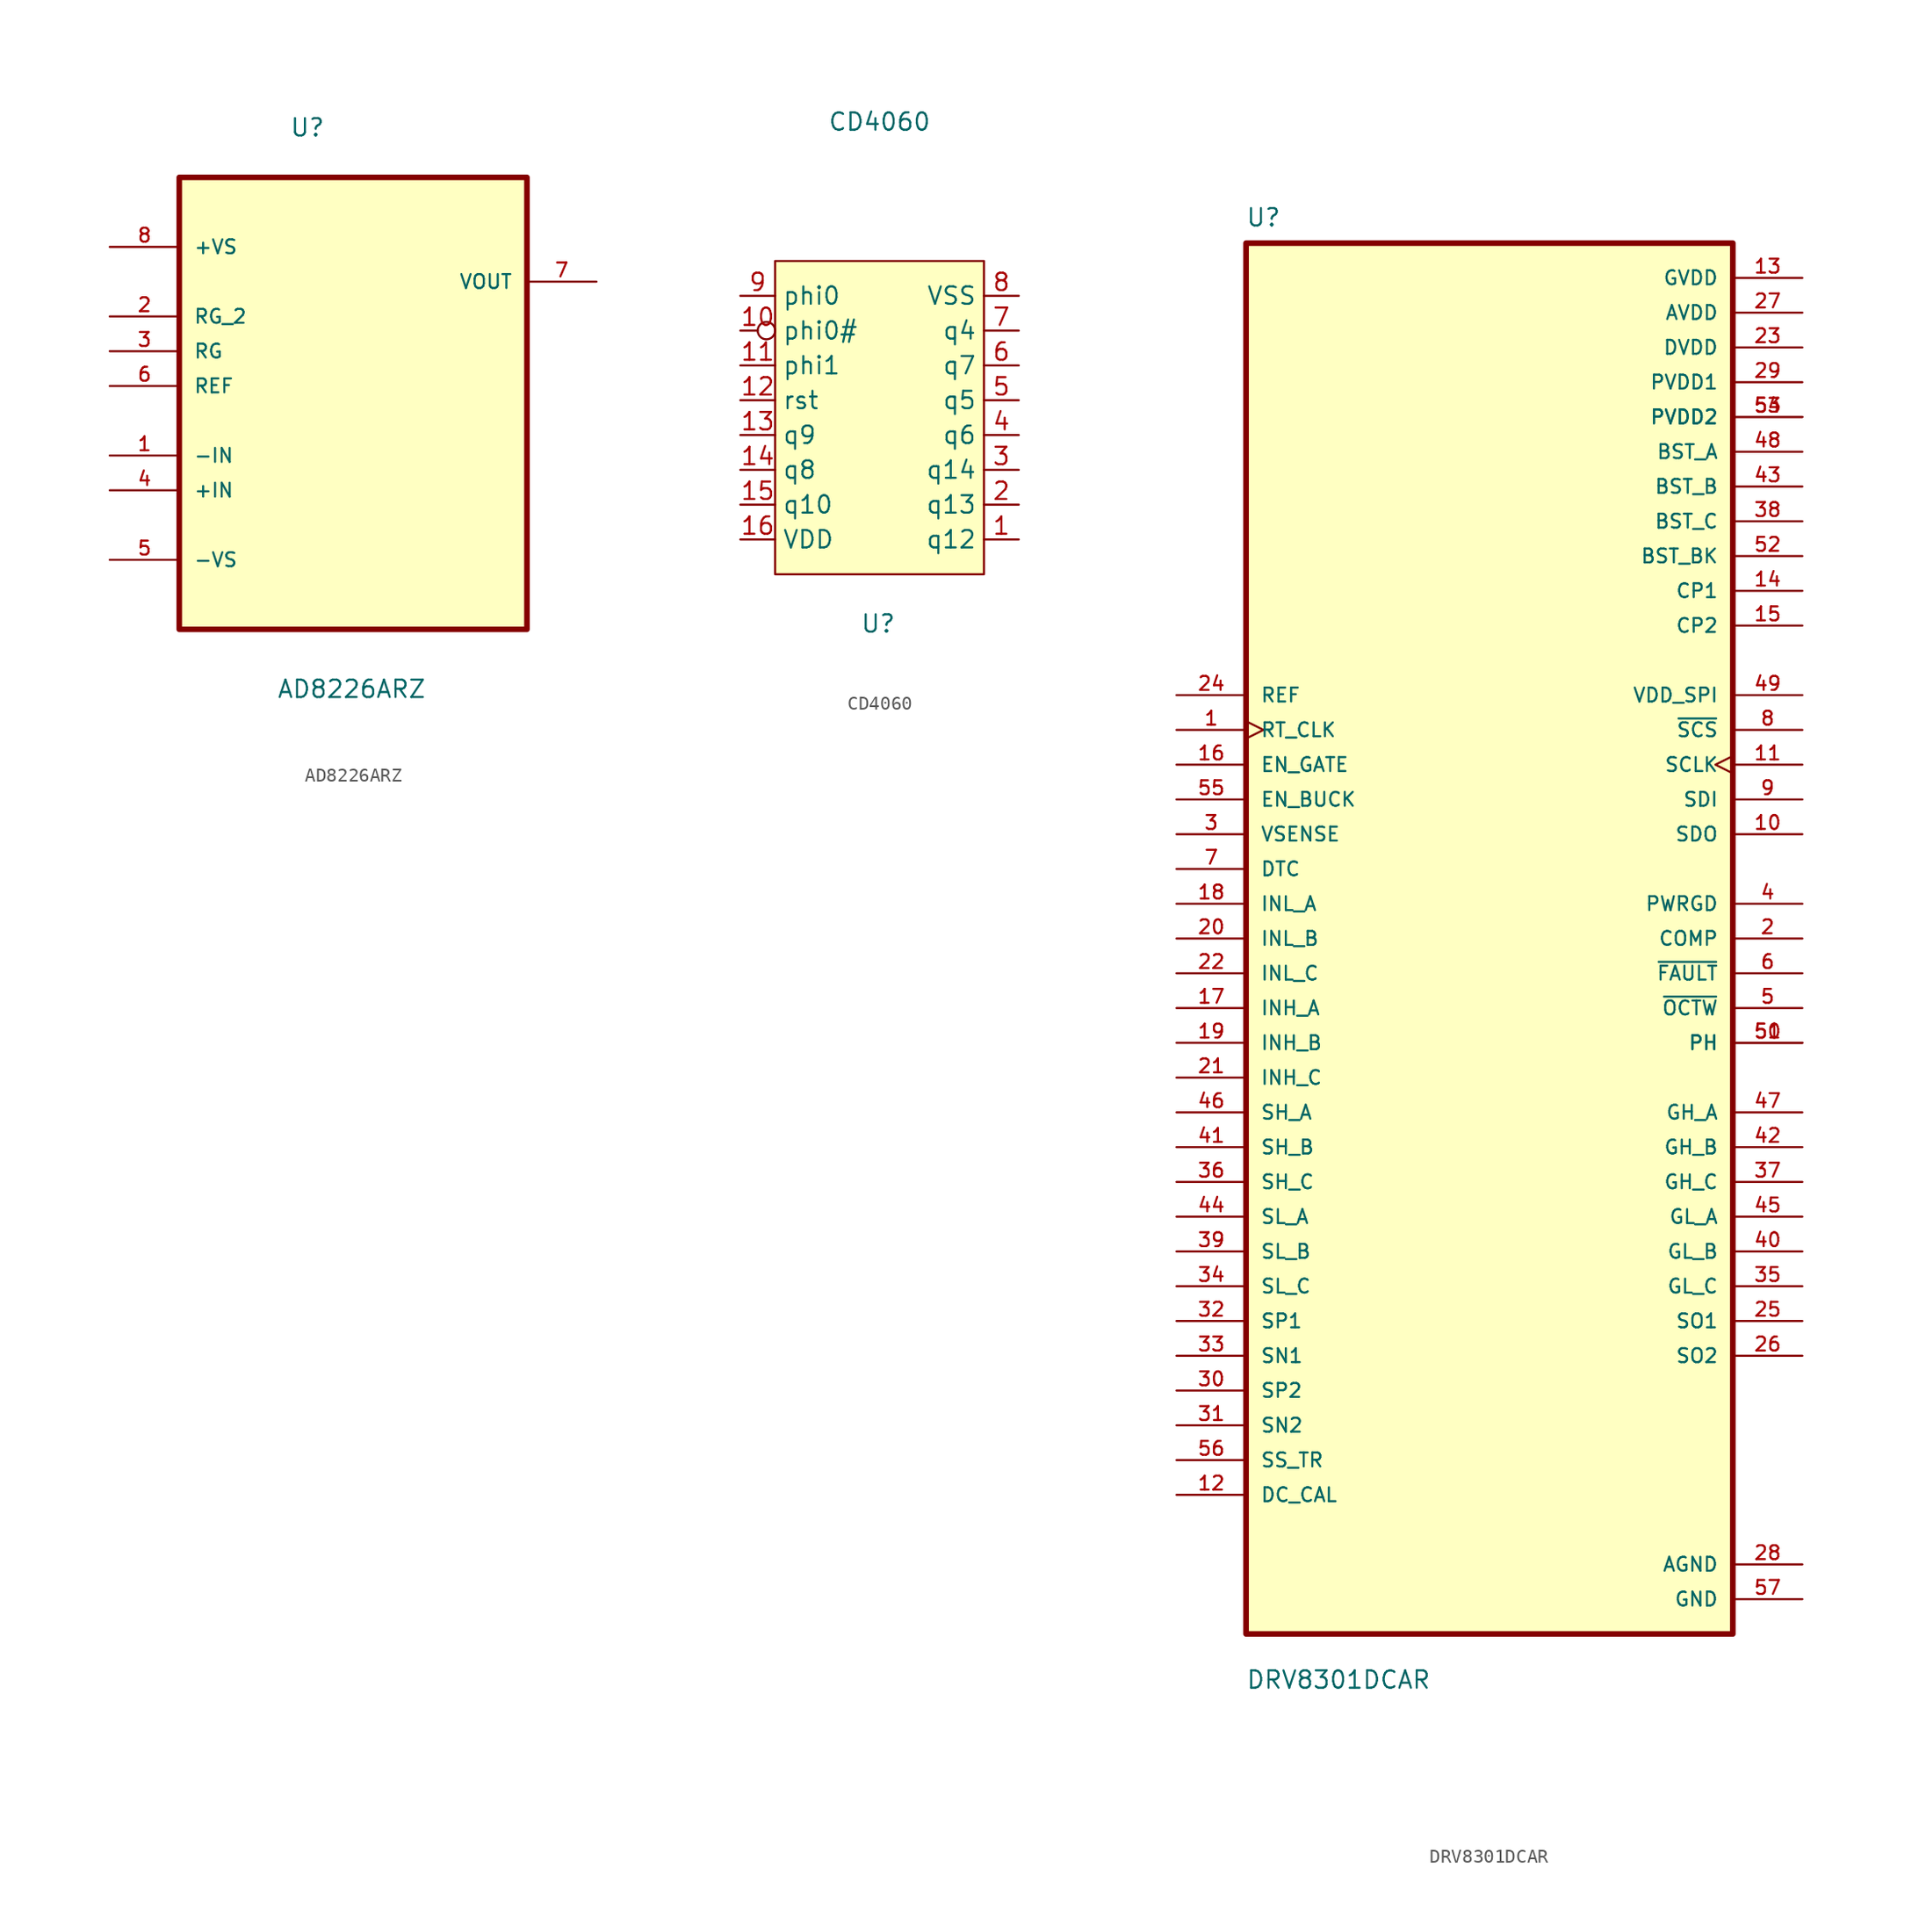
<source format=kicad_sym>
(kicad_symbol_lib
  (version 20211014)
  (generator kicad_symbol_editor)
  (symbol "AD8226ARZ"
    (pin_names
      (offset 1.016))
    (property "Reference" "U"
      (at -4.648 15.596 0)
      (effects (font (size 1.27 1.27)) (justify left bottom)))
    (property "Value" "AD8226ARZ"
      (at -5.588 -25.425 0)
      (effects (font (size 1.27 1.27)) (justify left bottom)))
    (symbol "AD8226ARZ_0_0"
      (rectangle (start -12.7 -20.32) (end 12.7 12.7) (stroke (width 0.406) (type default) (color 0 0 0 0)) (fill (type background)))
      (pin input line (at -17.78 -7.62 0) (length 5.08) (name "-IN" (effects (font (size 1.016 1.016)))) (number "1" (effects (font (size 1.016 1.016)))))
      (pin passive line (at -17.78 2.54 0) (length 5.08) (name "RG_2" (effects (font (size 1.016 1.016)))) (number "2" (effects (font (size 1.016 1.016)))))
      (pin passive line (at -17.78 0 0) (length 5.08) (name "RG" (effects (font (size 1.016 1.016)))) (number "3" (effects (font (size 1.016 1.016)))))
      (pin input line (at -17.78 -10.16 0) (length 5.08) (name "+IN" (effects (font (size 1.016 1.016)))) (number "4" (effects (font (size 1.016 1.016)))))
      (pin power_in line (at -17.78 -15.24 0) (length 5.08) (name "-VS" (effects (font (size 1.016 1.016)))) (number "5" (effects (font (size 1.016 1.016)))))
      (pin input line (at -17.78 -2.54 0) (length 5.08) (name "REF" (effects (font (size 1.016 1.016)))) (number "6" (effects (font (size 1.016 1.016)))))
      (pin output line (at 17.78 5.08 180) (length 5.08) (name "VOUT" (effects (font (size 1.016 1.016)))) (number "7" (effects (font (size 1.016 1.016)))))
      (pin power_in line (at -17.78 7.62 0) (length 5.08) (name "+VS" (effects (font (size 1.016 1.016)))) (number "8" (effects (font (size 1.016 1.016)))))))
  (symbol "CD4060"
    (property "Reference" "U"
      (at -0.102 -16.307 0)
      (effects (font (size 1.27 1.27))))
    (property "Value" "CD4060"
      (at 0 20.32 0)
      (effects (font (size 1.27 1.27))))
    (symbol "CD4060_0_1"
      (rectangle (start -7.62 10.16) (end 7.62 -12.7) (stroke (width 0) (type default) (color 0 0 0 0)) (fill (type background))))
    (symbol "CD4060_1_1"
      (pin output line (at 10.16 -10.16 180) (length 2.54) (name "q12" (effects (font (size 1.27 1.27)))) (number "1" (effects (font (size 1.27 1.27)))))
      (pin input inverted (at -10.16 5.08 0) (length 2.54) (name "phi0#" (effects (font (size 1.27 1.27)))) (number "10" (effects (font (size 1.27 1.27)))))
      (pin input line (at -10.16 2.54 0) (length 2.54) (name "phi1" (effects (font (size 1.27 1.27)))) (number "11" (effects (font (size 1.27 1.27)))))
      (pin input line (at -10.16 0 0) (length 2.54) (name "rst" (effects (font (size 1.27 1.27)))) (number "12" (effects (font (size 1.27 1.27)))))
      (pin output line (at -10.16 -2.54 0) (length 2.54) (name "q9" (effects (font (size 1.27 1.27)))) (number "13" (effects (font (size 1.27 1.27)))))
      (pin output line (at -10.16 -5.08 0) (length 2.54) (name "q8" (effects (font (size 1.27 1.27)))) (number "14" (effects (font (size 1.27 1.27)))))
      (pin output line (at -10.16 -7.62 0) (length 2.54) (name "q10" (effects (font (size 1.27 1.27)))) (number "15" (effects (font (size 1.27 1.27)))))
      (pin output line (at -10.16 -10.16 0) (length 2.54) (name "VDD" (effects (font (size 1.27 1.27)))) (number "16" (effects (font (size 1.27 1.27)))))
      (pin output line (at 10.16 -7.62 180) (length 2.54) (name "q13" (effects (font (size 1.27 1.27)))) (number "2" (effects (font (size 1.27 1.27)))))
      (pin output line (at 10.16 -5.08 180) (length 2.54) (name "q14" (effects (font (size 1.27 1.27)))) (number "3" (effects (font (size 1.27 1.27)))))
      (pin output line (at 10.16 -2.54 180) (length 2.54) (name "q6" (effects (font (size 1.27 1.27)))) (number "4" (effects (font (size 1.27 1.27)))))
      (pin output line (at 10.16 0 180) (length 2.54) (name "q5" (effects (font (size 1.27 1.27)))) (number "5" (effects (font (size 1.27 1.27)))))
      (pin output line (at 10.16 2.54 180) (length 2.54) (name "q7" (effects (font (size 1.27 1.27)))) (number "6" (effects (font (size 1.27 1.27)))))
      (pin output line (at 10.16 5.08 180) (length 2.54) (name "q4" (effects (font (size 1.27 1.27)))) (number "7" (effects (font (size 1.27 1.27)))))
      (pin power_in line (at 10.16 7.62 180) (length 2.54) (name "VSS" (effects (font (size 1.27 1.27)))) (number "8" (effects (font (size 1.27 1.27)))))
      (pin input line (at -10.16 7.62 0) (length 2.54) (name "phi0" (effects (font (size 1.27 1.27)))) (number "9" (effects (font (size 1.27 1.27)))))))
  (symbol "DRV8301DCAR"
    (pin_names
      (offset 1.016))
    (property "Reference" "U"
      (at -17.82 51.928 0)
      (effects (font (size 1.27 1.27)) (justify left bottom)))
    (property "Value" "DRV8301DCAR"
      (at -17.808 -54.893 0)
      (effects (font (size 1.27 1.27)) (justify left bottom)))
    (symbol "DRV8301DCAR_0_0"
      (rectangle (start -17.78 -50.8) (end 17.78 50.8) (stroke (width 0.41) (type default) (color 0 0 0 0)) (fill (type background)))
      (pin input clock (at -22.86 15.24 0) (length 5.08) (name "RT_CLK" (effects (font (size 1.016 1.016)))) (number "1" (effects (font (size 1.016 1.016)))))
      (pin output line (at 22.86 7.62 180) (length 5.08) (name "SDO" (effects (font (size 1.016 1.016)))) (number "10" (effects (font (size 1.016 1.016)))))
      (pin input clock (at 22.86 12.7 180) (length 5.08) (name "SCLK" (effects (font (size 1.016 1.016)))) (number "11" (effects (font (size 1.016 1.016)))))
      (pin input line (at -22.86 -40.64 0) (length 5.08) (name "DC_CAL" (effects (font (size 1.016 1.016)))) (number "12" (effects (font (size 1.016 1.016)))))
      (pin power_in line (at 22.86 48.26 180) (length 5.08) (name "GVDD" (effects (font (size 1.016 1.016)))) (number "13" (effects (font (size 1.016 1.016)))))
      (pin power_in line (at 22.86 25.4 180) (length 5.08) (name "CP1" (effects (font (size 1.016 1.016)))) (number "14" (effects (font (size 1.016 1.016)))))
      (pin power_in line (at 22.86 22.86 180) (length 5.08) (name "CP2" (effects (font (size 1.016 1.016)))) (number "15" (effects (font (size 1.016 1.016)))))
      (pin input line (at -22.86 12.7 0) (length 5.08) (name "EN_GATE" (effects (font (size 1.016 1.016)))) (number "16" (effects (font (size 1.016 1.016)))))
      (pin input line (at -22.86 -5.08 0) (length 5.08) (name "INH_A" (effects (font (size 1.016 1.016)))) (number "17" (effects (font (size 1.016 1.016)))))
      (pin input line (at -22.86 2.54 0) (length 5.08) (name "INL_A" (effects (font (size 1.016 1.016)))) (number "18" (effects (font (size 1.016 1.016)))))
      (pin input line (at -22.86 -7.62 0) (length 5.08) (name "INH_B" (effects (font (size 1.016 1.016)))) (number "19" (effects (font (size 1.016 1.016)))))
      (pin output line (at 22.86 0 180) (length 5.08) (name "COMP" (effects (font (size 1.016 1.016)))) (number "2" (effects (font (size 1.016 1.016)))))
      (pin input line (at -22.86 0 0) (length 5.08) (name "INL_B" (effects (font (size 1.016 1.016)))) (number "20" (effects (font (size 1.016 1.016)))))
      (pin input line (at -22.86 -10.16 0) (length 5.08) (name "INH_C" (effects (font (size 1.016 1.016)))) (number "21" (effects (font (size 1.016 1.016)))))
      (pin input line (at -22.86 -2.54 0) (length 5.08) (name "INL_C" (effects (font (size 1.016 1.016)))) (number "22" (effects (font (size 1.016 1.016)))))
      (pin power_in line (at 22.86 43.18 180) (length 5.08) (name "DVDD" (effects (font (size 1.016 1.016)))) (number "23" (effects (font (size 1.016 1.016)))))
      (pin input line (at -22.86 17.78 0) (length 5.08) (name "REF" (effects (font (size 1.016 1.016)))) (number "24" (effects (font (size 1.016 1.016)))))
      (pin output line (at 22.86 -27.94 180) (length 5.08) (name "SO1" (effects (font (size 1.016 1.016)))) (number "25" (effects (font (size 1.016 1.016)))))
      (pin output line (at 22.86 -30.48 180) (length 5.08) (name "SO2" (effects (font (size 1.016 1.016)))) (number "26" (effects (font (size 1.016 1.016)))))
      (pin power_in line (at 22.86 45.72 180) (length 5.08) (name "AVDD" (effects (font (size 1.016 1.016)))) (number "27" (effects (font (size 1.016 1.016)))))
      (pin power_in line (at 22.86 -45.72 180) (length 5.08) (name "AGND" (effects (font (size 1.016 1.016)))) (number "28" (effects (font (size 1.016 1.016)))))
      (pin power_in line (at 22.86 40.64 180) (length 5.08) (name "PVDD1" (effects (font (size 1.016 1.016)))) (number "29" (effects (font (size 1.016 1.016)))))
      (pin input line (at -22.86 7.62 0) (length 5.08) (name "VSENSE" (effects (font (size 1.016 1.016)))) (number "3" (effects (font (size 1.016 1.016)))))
      (pin input line (at -22.86 -33.02 0) (length 5.08) (name "SP2" (effects (font (size 1.016 1.016)))) (number "30" (effects (font (size 1.016 1.016)))))
      (pin input line (at -22.86 -35.56 0) (length 5.08) (name "SN2" (effects (font (size 1.016 1.016)))) (number "31" (effects (font (size 1.016 1.016)))))
      (pin input line (at -22.86 -27.94 0) (length 5.08) (name "SP1" (effects (font (size 1.016 1.016)))) (number "32" (effects (font (size 1.016 1.016)))))
      (pin input line (at -22.86 -30.48 0) (length 5.08) (name "SN1" (effects (font (size 1.016 1.016)))) (number "33" (effects (font (size 1.016 1.016)))))
      (pin input line (at -22.86 -25.4 0) (length 5.08) (name "SL_C" (effects (font (size 1.016 1.016)))) (number "34" (effects (font (size 1.016 1.016)))))
      (pin output line (at 22.86 -25.4 180) (length 5.08) (name "GL_C" (effects (font (size 1.016 1.016)))) (number "35" (effects (font (size 1.016 1.016)))))
      (pin input line (at -22.86 -17.78 0) (length 5.08) (name "SH_C" (effects (font (size 1.016 1.016)))) (number "36" (effects (font (size 1.016 1.016)))))
      (pin output line (at 22.86 -17.78 180) (length 5.08) (name "GH_C" (effects (font (size 1.016 1.016)))) (number "37" (effects (font (size 1.016 1.016)))))
      (pin power_in line (at 22.86 30.48 180) (length 5.08) (name "BST_C" (effects (font (size 1.016 1.016)))) (number "38" (effects (font (size 1.016 1.016)))))
      (pin input line (at -22.86 -22.86 0) (length 5.08) (name "SL_B" (effects (font (size 1.016 1.016)))) (number "39" (effects (font (size 1.016 1.016)))))
      (pin output line (at 22.86 2.54 180) (length 5.08) (name "PWRGD" (effects (font (size 1.016 1.016)))) (number "4" (effects (font (size 1.016 1.016)))))
      (pin output line (at 22.86 -22.86 180) (length 5.08) (name "GL_B" (effects (font (size 1.016 1.016)))) (number "40" (effects (font (size 1.016 1.016)))))
      (pin input line (at -22.86 -15.24 0) (length 5.08) (name "SH_B" (effects (font (size 1.016 1.016)))) (number "41" (effects (font (size 1.016 1.016)))))
      (pin output line (at 22.86 -15.24 180) (length 5.08) (name "GH_B" (effects (font (size 1.016 1.016)))) (number "42" (effects (font (size 1.016 1.016)))))
      (pin power_in line (at 22.86 33.02 180) (length 5.08) (name "BST_B" (effects (font (size 1.016 1.016)))) (number "43" (effects (font (size 1.016 1.016)))))
      (pin input line (at -22.86 -20.32 0) (length 5.08) (name "SL_A" (effects (font (size 1.016 1.016)))) (number "44" (effects (font (size 1.016 1.016)))))
      (pin output line (at 22.86 -20.32 180) (length 5.08) (name "GL_A" (effects (font (size 1.016 1.016)))) (number "45" (effects (font (size 1.016 1.016)))))
      (pin input line (at -22.86 -12.7 0) (length 5.08) (name "SH_A" (effects (font (size 1.016 1.016)))) (number "46" (effects (font (size 1.016 1.016)))))
      (pin output line (at 22.86 -12.7 180) (length 5.08) (name "GH_A" (effects (font (size 1.016 1.016)))) (number "47" (effects (font (size 1.016 1.016)))))
      (pin power_in line (at 22.86 35.56 180) (length 5.08) (name "BST_A" (effects (font (size 1.016 1.016)))) (number "48" (effects (font (size 1.016 1.016)))))
      (pin input line (at 22.86 17.78 180) (length 5.08) (name "VDD_SPI" (effects (font (size 1.016 1.016)))) (number "49" (effects (font (size 1.016 1.016)))))
      (pin output line (at 22.86 -5.08 180) (length 5.08) (name "~{OCTW}" (effects (font (size 1.016 1.016)))) (number "5" (effects (font (size 1.016 1.016)))))
      (pin output line (at 22.86 -7.62 180) (length 5.08) (name "PH" (effects (font (size 1.016 1.016)))) (number "50" (effects (font (size 1.016 1.016)))))
      (pin output line (at 22.86 -7.62 180) (length 5.08) (name "PH" (effects (font (size 1.016 1.016)))) (number "51" (effects (font (size 1.016 1.016)))))
      (pin power_in line (at 22.86 27.94 180) (length 5.08) (name "BST_BK" (effects (font (size 1.016 1.016)))) (number "52" (effects (font (size 1.016 1.016)))))
      (pin power_in line (at 22.86 38.1 180) (length 5.08) (name "PVDD2" (effects (font (size 1.016 1.016)))) (number "53" (effects (font (size 1.016 1.016)))))
      (pin power_in line (at 22.86 38.1 180) (length 5.08) (name "PVDD2" (effects (font (size 1.016 1.016)))) (number "54" (effects (font (size 1.016 1.016)))))
      (pin input line (at -22.86 10.16 0) (length 5.08) (name "EN_BUCK" (effects (font (size 1.016 1.016)))) (number "55" (effects (font (size 1.016 1.016)))))
      (pin input line (at -22.86 -38.1 0) (length 5.08) (name "SS_TR" (effects (font (size 1.016 1.016)))) (number "56" (effects (font (size 1.016 1.016)))))
      (pin power_in line (at 22.86 -48.26 180) (length 5.08) (name "GND" (effects (font (size 1.016 1.016)))) (number "57" (effects (font (size 1.016 1.016)))))
      (pin output line (at 22.86 -2.54 180) (length 5.08) (name "~{FAULT}" (effects (font (size 1.016 1.016)))) (number "6" (effects (font (size 1.016 1.016)))))
      (pin input line (at -22.86 5.08 0) (length 5.08) (name "DTC" (effects (font (size 1.016 1.016)))) (number "7" (effects (font (size 1.016 1.016)))))
      (pin input line (at 22.86 15.24 180) (length 5.08) (name "~{SCS}" (effects (font (size 1.016 1.016)))) (number "8" (effects (font (size 1.016 1.016)))))
      (pin input line (at 22.86 10.16 180) (length 5.08) (name "SDI" (effects (font (size 1.016 1.016)))) (number "9" (effects (font (size 1.016 1.016))))))))
</source>
